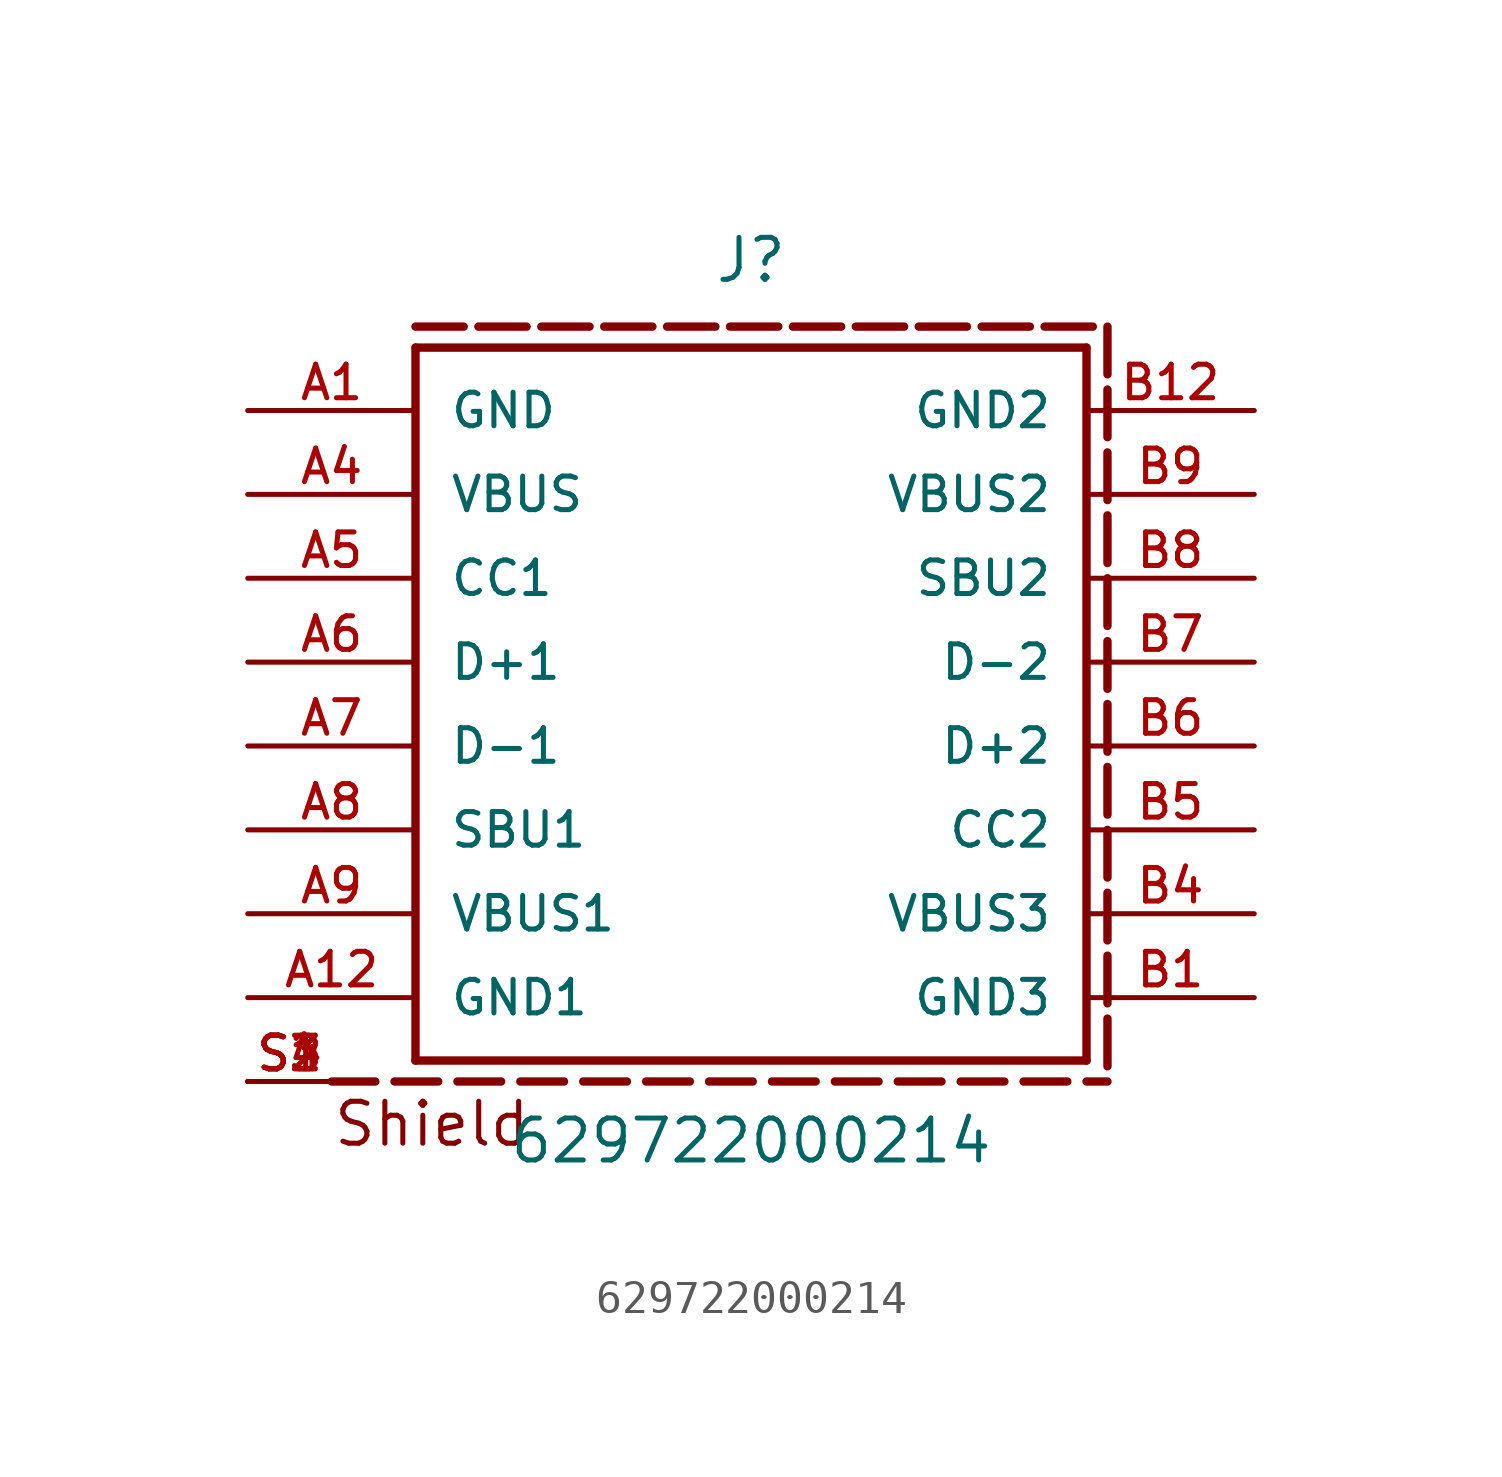
<source format=kicad_sym>
(kicad_symbol_lib
  (version 20211014)
  (generator kicad_symbol_editor)
  (symbol "629722000214"
    (pin_names
      (offset 1.016))
    (property "Reference" "J"
      (at 0.0 11.43 0)
      (effects (font (size 1.27 1.27)) (justify bottom)))
    (property "Value" "629722000214"
      (at 0.0 -15.24 0)
      (effects (font (size 1.27 1.27)) (justify bottom)))
    (symbol "629722000214_0_0"
      (polyline (pts (xy -10.16 9.525) (xy 10.16 9.525)) (stroke (width 0.254)))
      (polyline (pts (xy 10.16 9.525) (xy 10.16 -12.065)) (stroke (width 0.254)))
      (polyline (pts (xy 10.16 -12.065) (xy -10.16 -12.065)) (stroke (width 0.254)))
      (polyline (pts (xy -10.16 -12.065) (xy -10.16 9.525)) (stroke (width 0.254)))
      (text "Shield" (at -12.7 -14.732 0) (effects (font (size 1.27 1.27)) (justify bottom left)))
      (polyline (pts (xy -10.16 10.16) (xy -8.7 10.16)) (stroke (width 0.254)))
      (polyline (pts (xy -8.255 10.16) (xy -6.795 10.16)) (stroke (width 0.254)))
      (polyline (pts (xy -6.35 10.16) (xy -4.889 10.16)) (stroke (width 0.254)))
      (polyline (pts (xy -4.445 10.16) (xy -2.985 10.16)) (stroke (width 0.254)))
      (polyline (pts (xy -2.54 10.16) (xy -1.079 10.16)) (stroke (width 0.254)))
      (polyline (pts (xy -0.635 10.16) (xy 0.826 10.16)) (stroke (width 0.254)))
      (polyline (pts (xy 1.27 10.16) (xy 2.731 10.16)) (stroke (width 0.254)))
      (polyline (pts (xy 3.175 10.16) (xy 4.636 10.16)) (stroke (width 0.254)))
      (polyline (pts (xy 5.08 10.16) (xy 6.54 10.16)) (stroke (width 0.254)))
      (polyline (pts (xy 6.985 10.16) (xy 8.445 10.16)) (stroke (width 0.254)))
      (polyline (pts (xy 8.89 10.16) (xy 10.351 10.16)) (stroke (width 0.254)))
      (polyline (pts (xy 10.795 10.16) (xy 10.795 8.717)) (stroke (width 0.254)))
      (polyline (pts (xy 10.795 8.255) (xy 10.795 6.812)) (stroke (width 0.254)))
      (polyline (pts (xy 10.795 6.35) (xy 10.795 4.907)) (stroke (width 0.254)))
      (polyline (pts (xy 10.795 4.445) (xy 10.795 3.002)) (stroke (width 0.254)))
      (polyline (pts (xy 10.795 2.54) (xy 10.795 1.097)) (stroke (width 0.254)))
      (polyline (pts (xy 10.795 0.635) (xy 10.795 -0.808)) (stroke (width 0.254)))
      (polyline (pts (xy 10.795 -1.27) (xy 10.795 -2.713)) (stroke (width 0.254)))
      (polyline (pts (xy 10.795 -3.175) (xy 10.795 -4.618)) (stroke (width 0.254)))
      (polyline (pts (xy 10.795 -5.08) (xy 10.795 -6.523)) (stroke (width 0.254)))
      (polyline (pts (xy 10.795 -6.985) (xy 10.795 -8.428)) (stroke (width 0.254)))
      (polyline (pts (xy 10.795 -8.89) (xy 10.795 -10.333)) (stroke (width 0.254)))
      (polyline (pts (xy 10.795 -10.795) (xy 10.795 -12.238)) (stroke (width 0.254)))
      (polyline (pts (xy -12.7 -12.7) (xy -11.377 -12.7)) (stroke (width 0.254)))
      (polyline (pts (xy -10.795 -12.7) (xy -9.472 -12.7)) (stroke (width 0.254)))
      (polyline (pts (xy -8.89 -12.7) (xy -7.567 -12.7)) (stroke (width 0.254)))
      (polyline (pts (xy -6.985 -12.7) (xy -5.662 -12.7)) (stroke (width 0.254)))
      (polyline (pts (xy -5.08 -12.7) (xy -3.757 -12.7)) (stroke (width 0.254)))
      (polyline (pts (xy -3.175 -12.7) (xy -1.852 -12.7)) (stroke (width 0.254)))
      (polyline (pts (xy -1.27 -12.7) (xy 0.053 -12.7)) (stroke (width 0.254)))
      (polyline (pts (xy 0.635 -12.7) (xy 1.958 -12.7)) (stroke (width 0.254)))
      (polyline (pts (xy 2.54 -12.7) (xy 3.863 -12.7)) (stroke (width 0.254)))
      (polyline (pts (xy 4.445 -12.7) (xy 5.768 -12.7)) (stroke (width 0.254)))
      (polyline (pts (xy 6.35 -12.7) (xy 7.673 -12.7)) (stroke (width 0.254)))
      (polyline (pts (xy 8.255 -12.7) (xy 9.578 -12.7)) (stroke (width 0.254)))
      (polyline (pts (xy 10.16 -12.7) (xy 10.795 -12.7)) (stroke (width 0.254)))
      (pin passive line (at -15.24 7.62 0) (length 5.08) (name "GND" (effects (font (size 1.016 1.016)))) (number "A1" (effects (font (size 1.016 1.016)))))
      (pin passive line (at -15.24 5.08 0) (length 5.08) (name "VBUS" (effects (font (size 1.016 1.016)))) (number "A4" (effects (font (size 1.016 1.016)))))
      (pin passive line (at -15.24 2.54 0) (length 5.08) (name "CC1" (effects (font (size 1.016 1.016)))) (number "A5" (effects (font (size 1.016 1.016)))))
      (pin passive line (at -15.24 0.0 0) (length 5.08) (name "D+1" (effects (font (size 1.016 1.016)))) (number "A6" (effects (font (size 1.016 1.016)))))
      (pin passive line (at -15.24 -2.54 0) (length 5.08) (name "D-1" (effects (font (size 1.016 1.016)))) (number "A7" (effects (font (size 1.016 1.016)))))
      (pin passive line (at -15.24 -5.08 0) (length 5.08) (name "SBU1" (effects (font (size 1.016 1.016)))) (number "A8" (effects (font (size 1.016 1.016)))))
      (pin passive line (at -15.24 -7.62 0) (length 5.08) (name "VBUS1" (effects (font (size 1.016 1.016)))) (number "A9" (effects (font (size 1.016 1.016)))))
      (pin passive line (at -15.24 -10.16 0) (length 5.08) (name "GND1" (effects (font (size 1.016 1.016)))) (number "A12" (effects (font (size 1.016 1.016)))))
      (pin passive line (at 15.24 7.62 180.0) (length 5.08) (name "GND2" (effects (font (size 1.016 1.016)))) (number "B12" (effects (font (size 1.016 1.016)))))
      (pin passive line (at 15.24 5.08 180.0) (length 5.08) (name "VBUS2" (effects (font (size 1.016 1.016)))) (number "B9" (effects (font (size 1.016 1.016)))))
      (pin passive line (at 15.24 2.54 180.0) (length 5.08) (name "SBU2" (effects (font (size 1.016 1.016)))) (number "B8" (effects (font (size 1.016 1.016)))))
      (pin passive line (at 15.24 -5.08 180.0) (length 5.08) (name "CC2" (effects (font (size 1.016 1.016)))) (number "B5" (effects (font (size 1.016 1.016)))))
      (pin passive line (at 15.24 -7.62 180.0) (length 5.08) (name "VBUS3" (effects (font (size 1.016 1.016)))) (number "B4" (effects (font (size 1.016 1.016)))))
      (pin passive line (at 15.24 -10.16 180.0) (length 5.08) (name "GND3" (effects (font (size 1.016 1.016)))) (number "B1" (effects (font (size 1.016 1.016)))))
      (pin passive line (at -15.24 -12.7 0) (length 2.54) (name "~" (effects (font (size 1.016 1.016)))) (number "S1" (effects (font (size 1.016 1.016)))))
      (pin passive line (at -15.24 -12.7 0) (length 2.54) (name "~" (effects (font (size 1.016 1.016)))) (number "S2" (effects (font (size 1.016 1.016)))))
      (pin passive line (at -15.24 -12.7 0) (length 2.54) (name "~" (effects (font (size 1.016 1.016)))) (number "S3" (effects (font (size 1.016 1.016)))))
      (pin passive line (at -15.24 -12.7 0) (length 2.54) (name "~" (effects (font (size 1.016 1.016)))) (number "S4" (effects (font (size 1.016 1.016)))))
      (pin passive line (at 15.24 0.0 180.0) (length 5.08) (name "D-2" (effects (font (size 1.016 1.016)))) (number "B7" (effects (font (size 1.016 1.016)))))
      (pin passive line (at 15.24 -2.54 180.0) (length 5.08) (name "D+2" (effects (font (size 1.016 1.016)))) (number "B6" (effects (font (size 1.016 1.016))))))))
</source>
